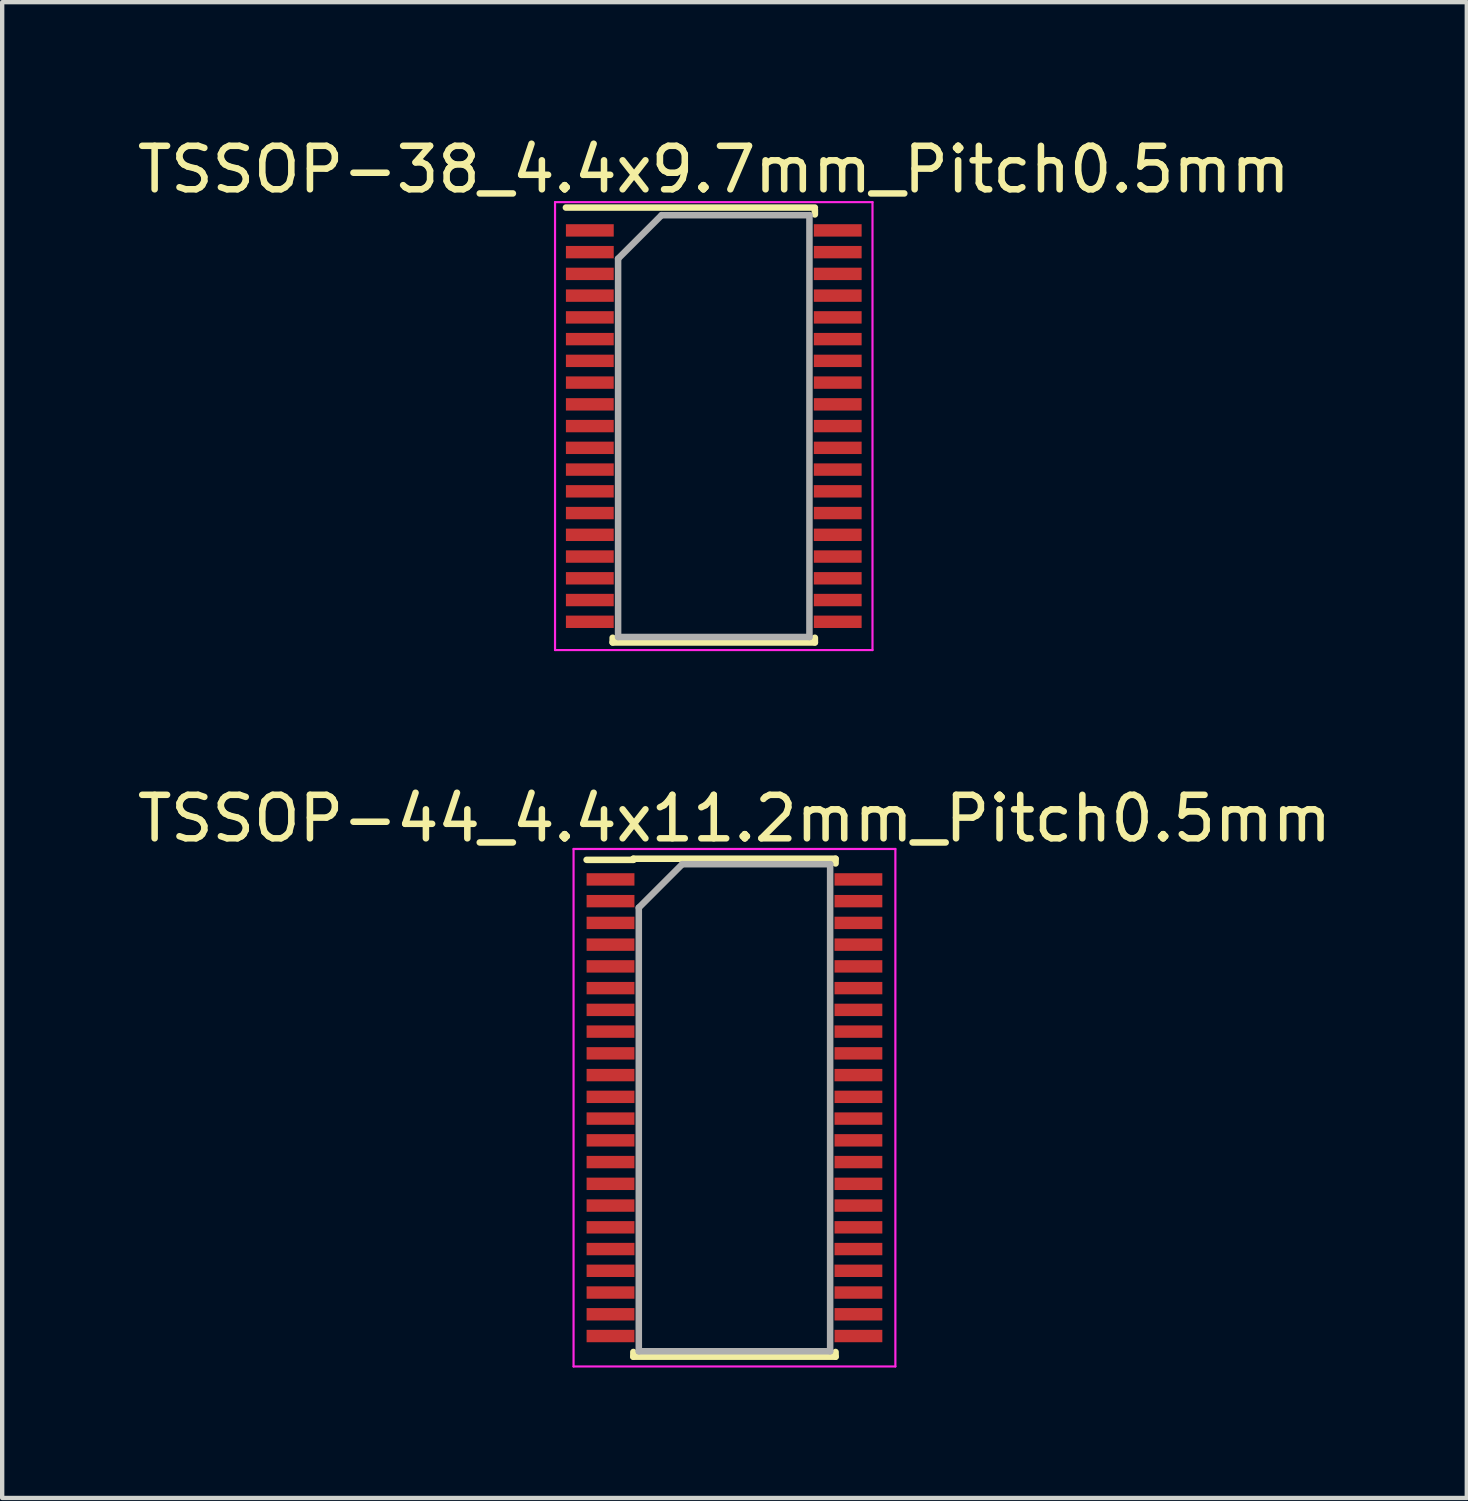
<source format=kicad_pcb>
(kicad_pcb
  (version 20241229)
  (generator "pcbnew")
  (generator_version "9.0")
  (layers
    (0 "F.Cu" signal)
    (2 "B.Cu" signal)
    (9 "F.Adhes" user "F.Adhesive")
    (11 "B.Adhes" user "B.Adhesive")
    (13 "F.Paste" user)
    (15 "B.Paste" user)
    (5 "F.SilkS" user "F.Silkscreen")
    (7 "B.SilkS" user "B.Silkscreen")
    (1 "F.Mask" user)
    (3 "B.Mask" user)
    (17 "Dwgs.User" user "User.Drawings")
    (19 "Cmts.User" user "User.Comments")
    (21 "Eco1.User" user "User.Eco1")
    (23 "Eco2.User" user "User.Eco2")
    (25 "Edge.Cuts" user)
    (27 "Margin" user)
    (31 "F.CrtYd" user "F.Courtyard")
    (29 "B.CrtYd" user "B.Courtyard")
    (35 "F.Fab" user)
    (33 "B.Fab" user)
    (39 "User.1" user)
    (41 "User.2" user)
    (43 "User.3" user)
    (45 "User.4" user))
  (footprint "TSSOP-44_4.4x11.2mm_Pitch0.5mm"
    (layer "F.Cu")
    (at 13.839 22.422)
    (property "Reference" "TSSOP-44_4.4x11.2mm_Pitch0.5mm" (at 0 -6.65 0) (layer "F.SilkS") (effects (font (size 1 1) (thickness 0.15))))
    (attr smd)
    (fp_line (start -2.325 -5.725) (end -2.325 -5.7) (stroke (width 0.15) (type solid)) (layer "F.SilkS"))
    (fp_line (start -2.325 -5.725) (end 2.325 -5.725) (stroke (width 0.15) (type solid)) (layer "F.SilkS"))
    (fp_line (start -2.325 -5.7) (end -3.4 -5.7) (stroke (width 0.15) (type solid)) (layer "F.SilkS"))
    (fp_line (start -2.325 5.725) (end -2.325 5.617) (stroke (width 0.15) (type solid)) (layer "F.SilkS"))
    (fp_line (start -2.325 5.725) (end 2.325 5.725) (stroke (width 0.15) (type solid)) (layer "F.SilkS"))
    (fp_line (start 2.325 -5.725) (end 2.325 -5.617) (stroke (width 0.15) (type solid)) (layer "F.SilkS"))
    (fp_line (start 2.325 5.725) (end 2.325 5.617) (stroke (width 0.15) (type solid)) (layer "F.SilkS"))
    (fp_line (start -3.7 -5.95) (end -3.7 5.95) (stroke (width 0.05) (type solid)) (layer "F.CrtYd"))
    (fp_line (start -3.7 -5.95) (end 3.7 -5.95) (stroke (width 0.05) (type solid)) (layer "F.CrtYd"))
    (fp_line (start -3.7 5.95) (end 3.7 5.95) (stroke (width 0.05) (type solid)) (layer "F.CrtYd"))
    (fp_line (start 3.7 -5.95) (end 3.7 5.95) (stroke (width 0.05) (type solid)) (layer "F.CrtYd"))
    (fp_line (start -2.2 -4.6) (end -1.2 -5.6) (stroke (width 0.15) (type solid)) (layer "F.Fab"))
    (fp_line (start -2.2 5.6) (end -2.2 -4.6) (stroke (width 0.15) (type solid)) (layer "F.Fab"))
    (fp_line (start -1.2 -5.6) (end 2.2 -5.6) (stroke (width 0.15) (type solid)) (layer "F.Fab"))
    (fp_line (start 2.2 -5.6) (end 2.2 5.6) (stroke (width 0.15) (type solid)) (layer "F.Fab"))
    (fp_line (start 2.2 5.6) (end -2.2 5.6) (stroke (width 0.15) (type solid)) (layer "F.Fab"))
    (pad "1" smd rect (at -2.85 -5.25) (size 1.1 0.285) (layers "F.Cu" "F.Mask" "F.Paste"))
    (pad "2" smd rect (at -2.85 -4.75) (size 1.1 0.285) (layers "F.Cu" "F.Mask" "F.Paste"))
    (pad "3" smd rect (at -2.85 -4.25) (size 1.1 0.285) (layers "F.Cu" "F.Mask" "F.Paste"))
    (pad "4" smd rect (at -2.85 -3.75) (size 1.1 0.285) (layers "F.Cu" "F.Mask" "F.Paste"))
    (pad "5" smd rect (at -2.85 -3.25) (size 1.1 0.285) (layers "F.Cu" "F.Mask" "F.Paste"))
    (pad "6" smd rect (at -2.85 -2.75) (size 1.1 0.285) (layers "F.Cu" "F.Mask" "F.Paste"))
    (pad "7" smd rect (at -2.85 -2.25) (size 1.1 0.285) (layers "F.Cu" "F.Mask" "F.Paste"))
    (pad "8" smd rect (at -2.85 -1.75) (size 1.1 0.285) (layers "F.Cu" "F.Mask" "F.Paste"))
    (pad "9" smd rect (at -2.85 -1.25) (size 1.1 0.285) (layers "F.Cu" "F.Mask" "F.Paste"))
    (pad "10" smd rect (at -2.85 -0.75) (size 1.1 0.285) (layers "F.Cu" "F.Mask" "F.Paste"))
    (pad "11" smd rect (at -2.85 -0.25) (size 1.1 0.285) (layers "F.Cu" "F.Mask" "F.Paste"))
    (pad "12" smd rect (at -2.85 0.25) (size 1.1 0.285) (layers "F.Cu" "F.Mask" "F.Paste"))
    (pad "13" smd rect (at -2.85 0.75) (size 1.1 0.285) (layers "F.Cu" "F.Mask" "F.Paste"))
    (pad "14" smd rect (at -2.85 1.25) (size 1.1 0.285) (layers "F.Cu" "F.Mask" "F.Paste"))
    (pad "15" smd rect (at -2.85 1.75) (size 1.1 0.285) (layers "F.Cu" "F.Mask" "F.Paste"))
    (pad "16" smd rect (at -2.85 2.25) (size 1.1 0.285) (layers "F.Cu" "F.Mask" "F.Paste"))
    (pad "17" smd rect (at -2.85 2.75) (size 1.1 0.285) (layers "F.Cu" "F.Mask" "F.Paste"))
    (pad "18" smd rect (at -2.85 3.25) (size 1.1 0.285) (layers "F.Cu" "F.Mask" "F.Paste"))
    (pad "19" smd rect (at -2.85 3.75) (size 1.1 0.285) (layers "F.Cu" "F.Mask" "F.Paste"))
    (pad "20" smd rect (at -2.85 4.25) (size 1.1 0.285) (layers "F.Cu" "F.Mask" "F.Paste"))
    (pad "21" smd rect (at -2.85 4.75) (size 1.1 0.285) (layers "F.Cu" "F.Mask" "F.Paste"))
    (pad "22" smd rect (at -2.85 5.25) (size 1.1 0.285) (layers "F.Cu" "F.Mask" "F.Paste"))
    (pad "23" smd rect (at 2.85 5.25) (size 1.1 0.285) (layers "F.Cu" "F.Mask" "F.Paste"))
    (pad "24" smd rect (at 2.85 4.75) (size 1.1 0.285) (layers "F.Cu" "F.Mask" "F.Paste"))
    (pad "25" smd rect (at 2.85 4.25) (size 1.1 0.285) (layers "F.Cu" "F.Mask" "F.Paste"))
    (pad "26" smd rect (at 2.85 3.75) (size 1.1 0.285) (layers "F.Cu" "F.Mask" "F.Paste"))
    (pad "27" smd rect (at 2.85 3.25) (size 1.1 0.285) (layers "F.Cu" "F.Mask" "F.Paste"))
    (pad "28" smd rect (at 2.85 2.75) (size 1.1 0.285) (layers "F.Cu" "F.Mask" "F.Paste"))
    (pad "29" smd rect (at 2.85 2.25) (size 1.1 0.285) (layers "F.Cu" "F.Mask" "F.Paste"))
    (pad "30" smd rect (at 2.85 1.75) (size 1.1 0.285) (layers "F.Cu" "F.Mask" "F.Paste"))
    (pad "31" smd rect (at 2.85 1.25) (size 1.1 0.285) (layers "F.Cu" "F.Mask" "F.Paste"))
    (pad "32" smd rect (at 2.85 0.75) (size 1.1 0.285) (layers "F.Cu" "F.Mask" "F.Paste"))
    (pad "33" smd rect (at 2.85 0.25) (size 1.1 0.285) (layers "F.Cu" "F.Mask" "F.Paste"))
    (pad "34" smd rect (at 2.85 -0.25) (size 1.1 0.285) (layers "F.Cu" "F.Mask" "F.Paste"))
    (pad "35" smd rect (at 2.85 -0.75) (size 1.1 0.285) (layers "F.Cu" "F.Mask" "F.Paste"))
    (pad "36" smd rect (at 2.85 -1.25) (size 1.1 0.285) (layers "F.Cu" "F.Mask" "F.Paste"))
    (pad "37" smd rect (at 2.85 -1.75) (size 1.1 0.285) (layers "F.Cu" "F.Mask" "F.Paste"))
    (pad "38" smd rect (at 2.85 -2.25) (size 1.1 0.285) (layers "F.Cu" "F.Mask" "F.Paste"))
    (pad "39" smd rect (at 2.85 -2.75) (size 1.1 0.285) (layers "F.Cu" "F.Mask" "F.Paste"))
    (pad "40" smd rect (at 2.85 -3.25) (size 1.1 0.285) (layers "F.Cu" "F.Mask" "F.Paste"))
    (pad "41" smd rect (at 2.85 -3.75) (size 1.1 0.285) (layers "F.Cu" "F.Mask" "F.Paste"))
    (pad "42" smd rect (at 2.85 -4.25) (size 1.1 0.285) (layers "F.Cu" "F.Mask" "F.Paste"))
    (pad "43" smd rect (at 2.85 -4.75) (size 1.1 0.285) (layers "F.Cu" "F.Mask" "F.Paste"))
    (pad "44" smd rect (at 2.85 -5.25) (size 1.1 0.285) (layers "F.Cu" "F.Mask" "F.Paste")))
  (footprint "TSSOP-38_4.4x9.7mm_Pitch0.5mm"
    (layer "F.Cu")
    (at 13.363 6.748)
    (property "Reference" "TSSOP-38_4.4x9.7mm_Pitch0.5mm" (at 0 -5.9 0) (layer "F.SilkS") (effects (font (size 1 1) (thickness 0.15))))
    (attr smd)
    (fp_line (start -3.4 -5.025) (end 2.325 -5.025) (stroke (width 0.15) (type solid)) (layer "F.SilkS"))
    (fp_line (start -2.325 4.975) (end -2.325 4.867) (stroke (width 0.15) (type solid)) (layer "F.SilkS"))
    (fp_line (start -2.325 4.975) (end 2.325 4.975) (stroke (width 0.15) (type solid)) (layer "F.SilkS"))
    (fp_line (start 2.325 -4.975) (end 2.325 -4.867) (stroke (width 0.15) (type solid)) (layer "F.SilkS"))
    (fp_line (start 2.325 4.975) (end 2.325 4.867) (stroke (width 0.15) (type solid)) (layer "F.SilkS"))
    (fp_line (start -3.65 -5.15) (end -3.65 5.15) (stroke (width 0.05) (type solid)) (layer "F.CrtYd"))
    (fp_line (start -3.65 -5.15) (end 3.65 -5.15) (stroke (width 0.05) (type solid)) (layer "F.CrtYd"))
    (fp_line (start -3.65 5.15) (end 3.65 5.15) (stroke (width 0.05) (type solid)) (layer "F.CrtYd"))
    (fp_line (start 3.65 -5.15) (end 3.65 5.15) (stroke (width 0.05) (type solid)) (layer "F.CrtYd"))
    (fp_line (start -2.2 -3.85) (end -1.2 -4.85) (stroke (width 0.15) (type solid)) (layer "F.Fab"))
    (fp_line (start -2.2 4.85) (end -2.2 -3.85) (stroke (width 0.15) (type solid)) (layer "F.Fab"))
    (fp_line (start -1.2 -4.85) (end 2.2 -4.85) (stroke (width 0.15) (type solid)) (layer "F.Fab"))
    (fp_line (start 2.2 -4.85) (end 2.2 4.85) (stroke (width 0.15) (type solid)) (layer "F.Fab"))
    (fp_line (start 2.2 4.85) (end -2.2 4.85) (stroke (width 0.15) (type solid)) (layer "F.Fab"))
    (pad "1" smd rect (at -2.85 -4.5) (size 1.1 0.285) (layers "F.Cu" "F.Mask" "F.Paste"))
    (pad "2" smd rect (at -2.85 -4) (size 1.1 0.285) (layers "F.Cu" "F.Mask" "F.Paste"))
    (pad "3" smd rect (at -2.85 -3.5) (size 1.1 0.285) (layers "F.Cu" "F.Mask" "F.Paste"))
    (pad "4" smd rect (at -2.85 -3) (size 1.1 0.285) (layers "F.Cu" "F.Mask" "F.Paste"))
    (pad "5" smd rect (at -2.85 -2.5) (size 1.1 0.285) (layers "F.Cu" "F.Mask" "F.Paste"))
    (pad "6" smd rect (at -2.85 -2) (size 1.1 0.285) (layers "F.Cu" "F.Mask" "F.Paste"))
    (pad "7" smd rect (at -2.85 -1.5) (size 1.1 0.285) (layers "F.Cu" "F.Mask" "F.Paste"))
    (pad "8" smd rect (at -2.85 -1) (size 1.1 0.285) (layers "F.Cu" "F.Mask" "F.Paste"))
    (pad "9" smd rect (at -2.85 -0.5) (size 1.1 0.285) (layers "F.Cu" "F.Mask" "F.Paste"))
    (pad "10" smd rect (at -2.85 0) (size 1.1 0.285) (layers "F.Cu" "F.Mask" "F.Paste"))
    (pad "11" smd rect (at -2.85 0.5) (size 1.1 0.285) (layers "F.Cu" "F.Mask" "F.Paste"))
    (pad "12" smd rect (at -2.85 1) (size 1.1 0.285) (layers "F.Cu" "F.Mask" "F.Paste"))
    (pad "13" smd rect (at -2.85 1.5) (size 1.1 0.285) (layers "F.Cu" "F.Mask" "F.Paste"))
    (pad "14" smd rect (at -2.85 2) (size 1.1 0.285) (layers "F.Cu" "F.Mask" "F.Paste"))
    (pad "15" smd rect (at -2.85 2.5) (size 1.1 0.285) (layers "F.Cu" "F.Mask" "F.Paste"))
    (pad "16" smd rect (at -2.85 3) (size 1.1 0.285) (layers "F.Cu" "F.Mask" "F.Paste"))
    (pad "17" smd rect (at -2.85 3.5) (size 1.1 0.285) (layers "F.Cu" "F.Mask" "F.Paste"))
    (pad "18" smd rect (at -2.85 4) (size 1.1 0.285) (layers "F.Cu" "F.Mask" "F.Paste"))
    (pad "19" smd rect (at -2.85 4.5) (size 1.1 0.285) (layers "F.Cu" "F.Mask" "F.Paste"))
    (pad "20" smd rect (at 2.85 4.5) (size 1.1 0.285) (layers "F.Cu" "F.Mask" "F.Paste"))
    (pad "21" smd rect (at 2.85 4) (size 1.1 0.285) (layers "F.Cu" "F.Mask" "F.Paste"))
    (pad "22" smd rect (at 2.85 3.5) (size 1.1 0.285) (layers "F.Cu" "F.Mask" "F.Paste"))
    (pad "23" smd rect (at 2.85 3) (size 1.1 0.285) (layers "F.Cu" "F.Mask" "F.Paste"))
    (pad "24" smd rect (at 2.85 2.5) (size 1.1 0.285) (layers "F.Cu" "F.Mask" "F.Paste"))
    (pad "25" smd rect (at 2.85 2) (size 1.1 0.285) (layers "F.Cu" "F.Mask" "F.Paste"))
    (pad "26" smd rect (at 2.85 1.5) (size 1.1 0.285) (layers "F.Cu" "F.Mask" "F.Paste"))
    (pad "27" smd rect (at 2.85 1) (size 1.1 0.285) (layers "F.Cu" "F.Mask" "F.Paste"))
    (pad "28" smd rect (at 2.85 0.5) (size 1.1 0.285) (layers "F.Cu" "F.Mask" "F.Paste"))
    (pad "29" smd rect (at 2.85 0) (size 1.1 0.285) (layers "F.Cu" "F.Mask" "F.Paste"))
    (pad "30" smd rect (at 2.85 -0.5) (size 1.1 0.285) (layers "F.Cu" "F.Mask" "F.Paste"))
    (pad "31" smd rect (at 2.85 -1) (size 1.1 0.285) (layers "F.Cu" "F.Mask" "F.Paste"))
    (pad "32" smd rect (at 2.85 -1.5) (size 1.1 0.285) (layers "F.Cu" "F.Mask" "F.Paste"))
    (pad "33" smd rect (at 2.85 -2) (size 1.1 0.285) (layers "F.Cu" "F.Mask" "F.Paste"))
    (pad "34" smd rect (at 2.85 -2.5) (size 1.1 0.285) (layers "F.Cu" "F.Mask" "F.Paste"))
    (pad "35" smd rect (at 2.85 -3) (size 1.1 0.285) (layers "F.Cu" "F.Mask" "F.Paste"))
    (pad "36" smd rect (at 2.85 -3.5) (size 1.1 0.285) (layers "F.Cu" "F.Mask" "F.Paste"))
    (pad "37" smd rect (at 2.85 -4) (size 1.1 0.285) (layers "F.Cu" "F.Mask" "F.Paste"))
    (pad "38" smd rect (at 2.85 -4.5) (size 1.1 0.285) (layers "F.Cu" "F.Mask" "F.Paste")))
  (gr_rect
    (start -3 -3)
    (end 30.679 31.396)
    (stroke (width 0.1) (type default))
    (fill no)
    (layer "Edge.Cuts")))
</source>
